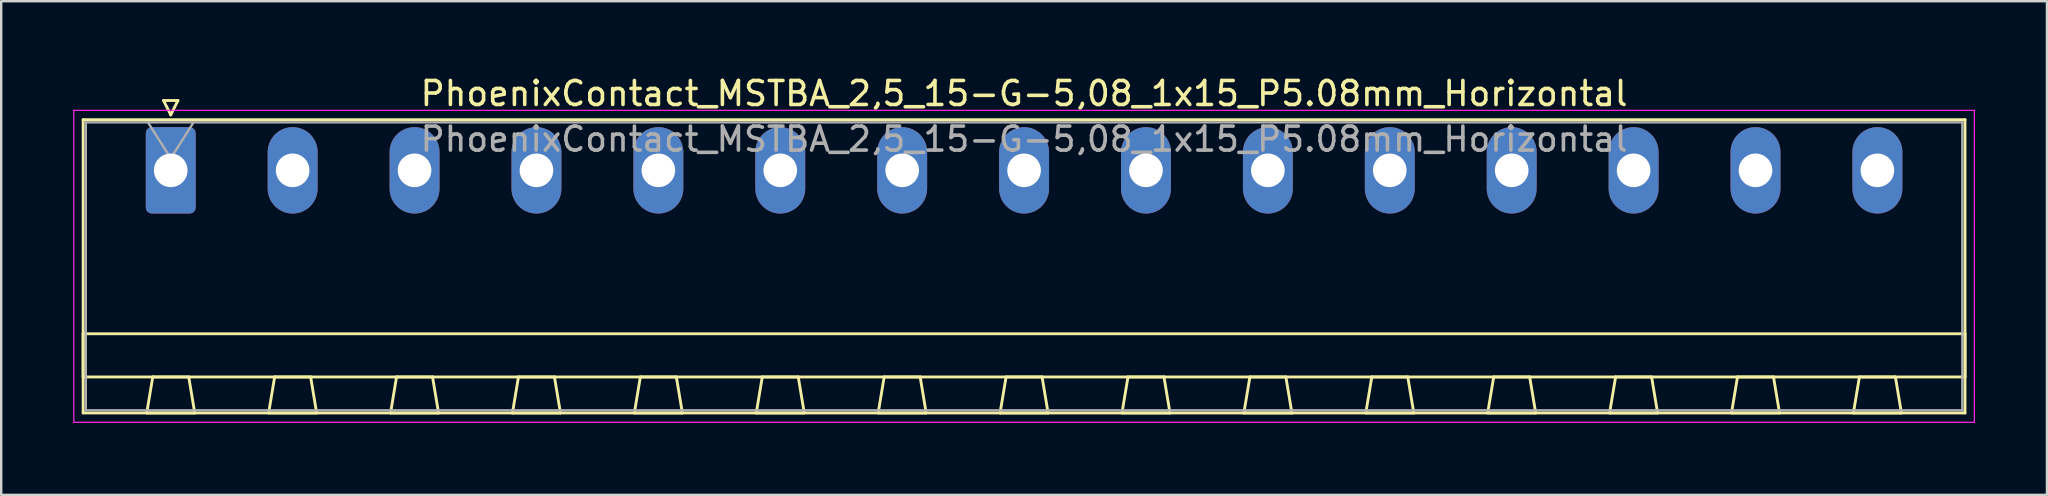
<source format=kicad_pcb>
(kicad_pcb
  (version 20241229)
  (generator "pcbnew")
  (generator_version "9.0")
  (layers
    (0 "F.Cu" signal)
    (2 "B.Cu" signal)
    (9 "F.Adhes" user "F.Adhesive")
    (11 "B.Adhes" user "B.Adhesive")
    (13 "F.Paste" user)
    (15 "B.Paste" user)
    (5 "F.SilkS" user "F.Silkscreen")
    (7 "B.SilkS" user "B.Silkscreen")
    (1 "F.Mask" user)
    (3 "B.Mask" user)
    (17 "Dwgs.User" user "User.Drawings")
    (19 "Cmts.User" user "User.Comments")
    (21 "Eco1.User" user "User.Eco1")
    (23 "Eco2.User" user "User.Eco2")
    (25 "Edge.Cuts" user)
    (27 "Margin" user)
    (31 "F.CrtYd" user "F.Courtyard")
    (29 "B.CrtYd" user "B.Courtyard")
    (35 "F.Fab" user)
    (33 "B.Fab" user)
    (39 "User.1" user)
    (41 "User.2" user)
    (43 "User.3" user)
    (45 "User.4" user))
  (footprint "PhoenixContact_MSTBA_2,5_15-G-5,08_1x15_P5.08mm_Horizontal"
    (layer "F.Cu")
    (at 4.065 4.048)
    (property "Reference" "PhoenixContact_MSTBA_2,5_15-G-5,08_1x15_P5.08mm_Horizontal" (at 35.56 -3.2 0) (layer "F.SilkS") (effects (font (size 1 1) (thickness 0.15))))
    (attr through_hole)
    (fp_line (start -3.65 -2.11) (end -3.65 10.11) (stroke (width 0.12) (type solid)) (layer "F.SilkS"))
    (fp_line (start -3.65 6.81) (end 74.77 6.81) (stroke (width 0.12) (type solid)) (layer "F.SilkS"))
    (fp_line (start -3.65 8.61) (end -3.65 6.81) (stroke (width 0.12) (type solid)) (layer "F.SilkS"))
    (fp_line (start -3.65 10.11) (end 74.77 10.11) (stroke (width 0.12) (type solid)) (layer "F.SilkS"))
    (fp_line (start -1 10.11) (end 1 10.11) (stroke (width 0.12) (type solid)) (layer "F.SilkS"))
    (fp_line (start -0.75 8.61) (end -1 10.11) (stroke (width 0.12) (type solid)) (layer "F.SilkS"))
    (fp_line (start -0.3 -2.91) (end 0.3 -2.91) (stroke (width 0.12) (type solid)) (layer "F.SilkS"))
    (fp_line (start 0 -2.31) (end -0.3 -2.91) (stroke (width 0.12) (type solid)) (layer "F.SilkS"))
    (fp_line (start 0.3 -2.91) (end 0 -2.31) (stroke (width 0.12) (type solid)) (layer "F.SilkS"))
    (fp_line (start 0.75 8.61) (end -0.75 8.61) (stroke (width 0.12) (type solid)) (layer "F.SilkS"))
    (fp_line (start 1 10.11) (end 0.75 8.61) (stroke (width 0.12) (type solid)) (layer "F.SilkS"))
    (fp_line (start 4.08 10.11) (end 6.08 10.11) (stroke (width 0.12) (type solid)) (layer "F.SilkS"))
    (fp_line (start 4.33 8.61) (end 4.08 10.11) (stroke (width 0.12) (type solid)) (layer "F.SilkS"))
    (fp_line (start 5.83 8.61) (end 4.33 8.61) (stroke (width 0.12) (type solid)) (layer "F.SilkS"))
    (fp_line (start 6.08 10.11) (end 5.83 8.61) (stroke (width 0.12) (type solid)) (layer "F.SilkS"))
    (fp_line (start 9.16 10.11) (end 11.16 10.11) (stroke (width 0.12) (type solid)) (layer "F.SilkS"))
    (fp_line (start 9.41 8.61) (end 9.16 10.11) (stroke (width 0.12) (type solid)) (layer "F.SilkS"))
    (fp_line (start 10.91 8.61) (end 9.41 8.61) (stroke (width 0.12) (type solid)) (layer "F.SilkS"))
    (fp_line (start 11.16 10.11) (end 10.91 8.61) (stroke (width 0.12) (type solid)) (layer "F.SilkS"))
    (fp_line (start 14.24 10.11) (end 16.24 10.11) (stroke (width 0.12) (type solid)) (layer "F.SilkS"))
    (fp_line (start 14.49 8.61) (end 14.24 10.11) (stroke (width 0.12) (type solid)) (layer "F.SilkS"))
    (fp_line (start 15.99 8.61) (end 14.49 8.61) (stroke (width 0.12) (type solid)) (layer "F.SilkS"))
    (fp_line (start 16.24 10.11) (end 15.99 8.61) (stroke (width 0.12) (type solid)) (layer "F.SilkS"))
    (fp_line (start 19.32 10.11) (end 21.32 10.11) (stroke (width 0.12) (type solid)) (layer "F.SilkS"))
    (fp_line (start 19.57 8.61) (end 19.32 10.11) (stroke (width 0.12) (type solid)) (layer "F.SilkS"))
    (fp_line (start 21.07 8.61) (end 19.57 8.61) (stroke (width 0.12) (type solid)) (layer "F.SilkS"))
    (fp_line (start 21.32 10.11) (end 21.07 8.61) (stroke (width 0.12) (type solid)) (layer "F.SilkS"))
    (fp_line (start 24.4 10.11) (end 26.4 10.11) (stroke (width 0.12) (type solid)) (layer "F.SilkS"))
    (fp_line (start 24.65 8.61) (end 24.4 10.11) (stroke (width 0.12) (type solid)) (layer "F.SilkS"))
    (fp_line (start 26.15 8.61) (end 24.65 8.61) (stroke (width 0.12) (type solid)) (layer "F.SilkS"))
    (fp_line (start 26.4 10.11) (end 26.15 8.61) (stroke (width 0.12) (type solid)) (layer "F.SilkS"))
    (fp_line (start 29.48 10.11) (end 31.48 10.11) (stroke (width 0.12) (type solid)) (layer "F.SilkS"))
    (fp_line (start 29.73 8.61) (end 29.48 10.11) (stroke (width 0.12) (type solid)) (layer "F.SilkS"))
    (fp_line (start 31.23 8.61) (end 29.73 8.61) (stroke (width 0.12) (type solid)) (layer "F.SilkS"))
    (fp_line (start 31.48 10.11) (end 31.23 8.61) (stroke (width 0.12) (type solid)) (layer "F.SilkS"))
    (fp_line (start 34.56 10.11) (end 36.56 10.11) (stroke (width 0.12) (type solid)) (layer "F.SilkS"))
    (fp_line (start 34.81 8.61) (end 34.56 10.11) (stroke (width 0.12) (type solid)) (layer "F.SilkS"))
    (fp_line (start 36.31 8.61) (end 34.81 8.61) (stroke (width 0.12) (type solid)) (layer "F.SilkS"))
    (fp_line (start 36.56 10.11) (end 36.31 8.61) (stroke (width 0.12) (type solid)) (layer "F.SilkS"))
    (fp_line (start 39.64 10.11) (end 41.64 10.11) (stroke (width 0.12) (type solid)) (layer "F.SilkS"))
    (fp_line (start 39.89 8.61) (end 39.64 10.11) (stroke (width 0.12) (type solid)) (layer "F.SilkS"))
    (fp_line (start 41.39 8.61) (end 39.89 8.61) (stroke (width 0.12) (type solid)) (layer "F.SilkS"))
    (fp_line (start 41.64 10.11) (end 41.39 8.61) (stroke (width 0.12) (type solid)) (layer "F.SilkS"))
    (fp_line (start 44.72 10.11) (end 46.72 10.11) (stroke (width 0.12) (type solid)) (layer "F.SilkS"))
    (fp_line (start 44.97 8.61) (end 44.72 10.11) (stroke (width 0.12) (type solid)) (layer "F.SilkS"))
    (fp_line (start 46.47 8.61) (end 44.97 8.61) (stroke (width 0.12) (type solid)) (layer "F.SilkS"))
    (fp_line (start 46.72 10.11) (end 46.47 8.61) (stroke (width 0.12) (type solid)) (layer "F.SilkS"))
    (fp_line (start 49.8 10.11) (end 51.8 10.11) (stroke (width 0.12) (type solid)) (layer "F.SilkS"))
    (fp_line (start 50.05 8.61) (end 49.8 10.11) (stroke (width 0.12) (type solid)) (layer "F.SilkS"))
    (fp_line (start 51.55 8.61) (end 50.05 8.61) (stroke (width 0.12) (type solid)) (layer "F.SilkS"))
    (fp_line (start 51.8 10.11) (end 51.55 8.61) (stroke (width 0.12) (type solid)) (layer "F.SilkS"))
    (fp_line (start 54.88 10.11) (end 56.88 10.11) (stroke (width 0.12) (type solid)) (layer "F.SilkS"))
    (fp_line (start 55.13 8.61) (end 54.88 10.11) (stroke (width 0.12) (type solid)) (layer "F.SilkS"))
    (fp_line (start 56.63 8.61) (end 55.13 8.61) (stroke (width 0.12) (type solid)) (layer "F.SilkS"))
    (fp_line (start 56.88 10.11) (end 56.63 8.61) (stroke (width 0.12) (type solid)) (layer "F.SilkS"))
    (fp_line (start 59.96 10.11) (end 61.96 10.11) (stroke (width 0.12) (type solid)) (layer "F.SilkS"))
    (fp_line (start 60.21 8.61) (end 59.96 10.11) (stroke (width 0.12) (type solid)) (layer "F.SilkS"))
    (fp_line (start 61.71 8.61) (end 60.21 8.61) (stroke (width 0.12) (type solid)) (layer "F.SilkS"))
    (fp_line (start 61.96 10.11) (end 61.71 8.61) (stroke (width 0.12) (type solid)) (layer "F.SilkS"))
    (fp_line (start 65.04 10.11) (end 67.04 10.11) (stroke (width 0.12) (type solid)) (layer "F.SilkS"))
    (fp_line (start 65.29 8.61) (end 65.04 10.11) (stroke (width 0.12) (type solid)) (layer "F.SilkS"))
    (fp_line (start 66.79 8.61) (end 65.29 8.61) (stroke (width 0.12) (type solid)) (layer "F.SilkS"))
    (fp_line (start 67.04 10.11) (end 66.79 8.61) (stroke (width 0.12) (type solid)) (layer "F.SilkS"))
    (fp_line (start 70.12 10.11) (end 72.12 10.11) (stroke (width 0.12) (type solid)) (layer "F.SilkS"))
    (fp_line (start 70.37 8.61) (end 70.12 10.11) (stroke (width 0.12) (type solid)) (layer "F.SilkS"))
    (fp_line (start 71.87 8.61) (end 70.37 8.61) (stroke (width 0.12) (type solid)) (layer "F.SilkS"))
    (fp_line (start 72.12 10.11) (end 71.87 8.61) (stroke (width 0.12) (type solid)) (layer "F.SilkS"))
    (fp_line (start 74.77 -2.11) (end -3.65 -2.11) (stroke (width 0.12) (type solid)) (layer "F.SilkS"))
    (fp_line (start 74.77 6.81) (end 74.77 8.61) (stroke (width 0.12) (type solid)) (layer "F.SilkS"))
    (fp_line (start 74.77 8.61) (end -3.65 8.61) (stroke (width 0.12) (type solid)) (layer "F.SilkS"))
    (fp_line (start 74.77 10.11) (end 74.77 -2.11) (stroke (width 0.12) (type solid)) (layer "F.SilkS"))
    (fp_line (start -4.04 -2.5) (end -4.04 10.5) (stroke (width 0.05) (type solid)) (layer "F.CrtYd"))
    (fp_line (start -4.04 10.5) (end 75.16 10.5) (stroke (width 0.05) (type solid)) (layer "F.CrtYd"))
    (fp_line (start 75.16 -2.5) (end -4.04 -2.5) (stroke (width 0.05) (type solid)) (layer "F.CrtYd"))
    (fp_line (start 75.16 10.5) (end 75.16 -2.5) (stroke (width 0.05) (type solid)) (layer "F.CrtYd"))
    (fp_line (start -3.54 -2) (end -3.54 10) (stroke (width 0.1) (type solid)) (layer "F.Fab"))
    (fp_line (start -3.54 10) (end 74.66 10) (stroke (width 0.1) (type solid)) (layer "F.Fab"))
    (fp_line (start 0 -0.5) (end -0.95 -2) (stroke (width 0.1) (type solid)) (layer "F.Fab"))
    (fp_line (start 0.95 -2) (end 0 -0.5) (stroke (width 0.1) (type solid)) (layer "F.Fab"))
    (fp_line (start 74.66 -2) (end -3.54 -2) (stroke (width 0.1) (type solid)) (layer "F.Fab"))
    (fp_line (start 74.66 10) (end 74.66 -2) (stroke (width 0.1) (type solid)) (layer "F.Fab"))
    (fp_text user "${REFERENCE}" (at 35.56 -1.3 0) (layer "F.Fab") (effects (font (size 1 1) (thickness 0.15))))
    (pad "1" thru_hole roundrect (at 0 0) (size 2.08 3.6) (drill 1.4) (layers "*.Cu" "*.Mask") (roundrect_rratio 0.12))
    (pad "2" thru_hole oval (at 5.08 0) (size 2.08 3.6) (drill 1.4) (layers "*.Cu" "*.Mask"))
    (pad "3" thru_hole oval (at 10.16 0) (size 2.08 3.6) (drill 1.4) (layers "*.Cu" "*.Mask"))
    (pad "4" thru_hole oval (at 15.24 0) (size 2.08 3.6) (drill 1.4) (layers "*.Cu" "*.Mask"))
    (pad "5" thru_hole oval (at 20.32 0) (size 2.08 3.6) (drill 1.4) (layers "*.Cu" "*.Mask"))
    (pad "6" thru_hole oval (at 25.4 0) (size 2.08 3.6) (drill 1.4) (layers "*.Cu" "*.Mask"))
    (pad "7" thru_hole oval (at 30.48 0) (size 2.08 3.6) (drill 1.4) (layers "*.Cu" "*.Mask"))
    (pad "8" thru_hole oval (at 35.56 0) (size 2.08 3.6) (drill 1.4) (layers "*.Cu" "*.Mask"))
    (pad "9" thru_hole oval (at 40.64 0) (size 2.08 3.6) (drill 1.4) (layers "*.Cu" "*.Mask"))
    (pad "10" thru_hole oval (at 45.72 0) (size 2.08 3.6) (drill 1.4) (layers "*.Cu" "*.Mask"))
    (pad "11" thru_hole oval (at 50.8 0) (size 2.08 3.6) (drill 1.4) (layers "*.Cu" "*.Mask"))
    (pad "12" thru_hole oval (at 55.88 0) (size 2.08 3.6) (drill 1.4) (layers "*.Cu" "*.Mask"))
    (pad "13" thru_hole oval (at 60.96 0) (size 2.08 3.6) (drill 1.4) (layers "*.Cu" "*.Mask"))
    (pad "14" thru_hole oval (at 66.04 0) (size 2.08 3.6) (drill 1.4) (layers "*.Cu" "*.Mask"))
    (pad "15" thru_hole oval (at 71.12 0) (size 2.08 3.6) (drill 1.4) (layers "*.Cu" "*.Mask")))
  (gr_rect
    (start -3 -3)
    (end 82.25 17.573)
    (stroke (width 0.1) (type default))
    (fill no)
    (layer "Edge.Cuts")))
</source>
